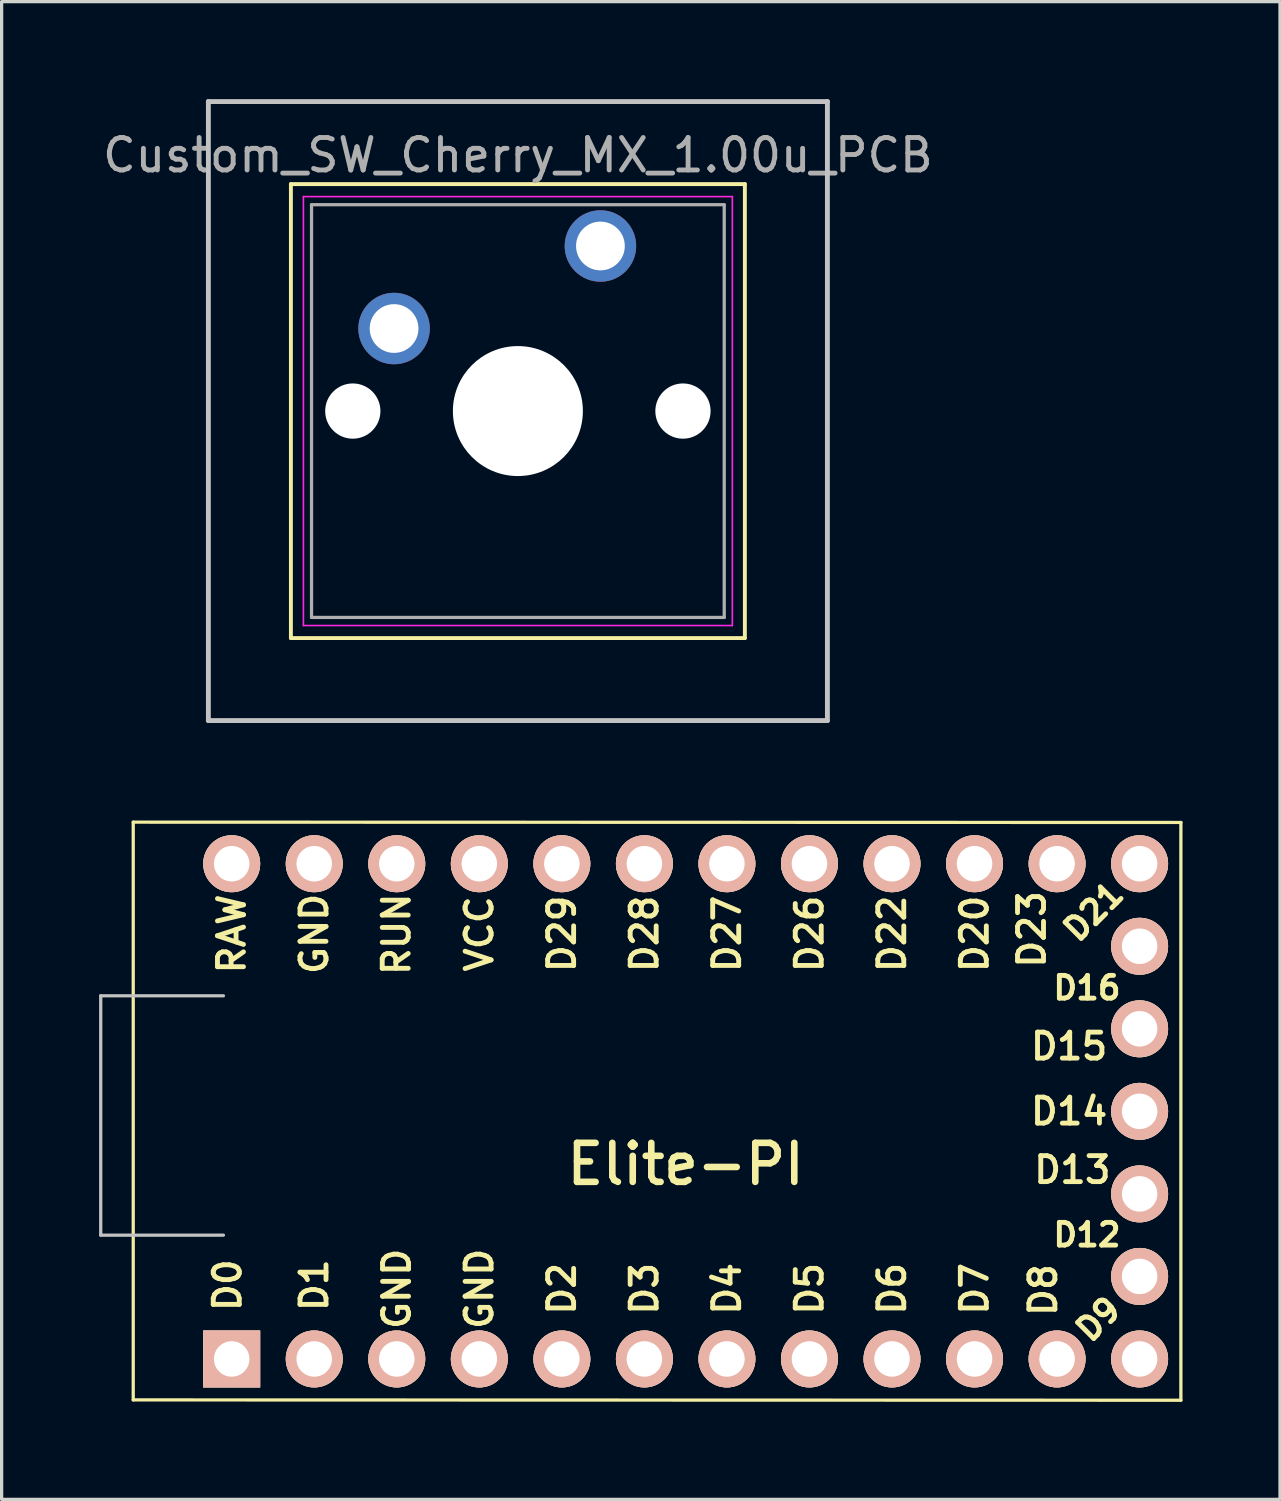
<source format=kicad_pcb>
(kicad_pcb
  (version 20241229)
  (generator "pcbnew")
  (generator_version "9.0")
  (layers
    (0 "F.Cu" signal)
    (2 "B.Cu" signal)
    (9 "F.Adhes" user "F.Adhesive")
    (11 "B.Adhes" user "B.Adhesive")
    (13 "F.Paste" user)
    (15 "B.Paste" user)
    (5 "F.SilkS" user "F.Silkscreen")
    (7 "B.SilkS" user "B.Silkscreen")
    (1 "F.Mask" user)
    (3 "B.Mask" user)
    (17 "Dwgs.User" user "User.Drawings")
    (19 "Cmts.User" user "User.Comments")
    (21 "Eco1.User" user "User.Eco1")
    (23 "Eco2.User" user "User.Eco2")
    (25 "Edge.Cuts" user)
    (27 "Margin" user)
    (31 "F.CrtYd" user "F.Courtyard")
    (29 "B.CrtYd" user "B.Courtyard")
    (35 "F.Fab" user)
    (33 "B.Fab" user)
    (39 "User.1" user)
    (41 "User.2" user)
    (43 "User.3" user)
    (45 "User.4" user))
  (footprint "Custom_SW_Cherry_MX_1.00u_PCB"
    (layer "F.Cu")
    (at 15.427 4.52)
    (property "Reference" "Custom_SW_Cherry_MX_1.00u_PCB" (at -2.54 -2.794 0) (layer "F.Fab") (effects (font (size 1 1) (thickness 0.15))))
    (attr through_hole)
    (fp_line (start -9.525 -1.905) (end 4.445 -1.905) (stroke (width 0.12) (type solid)) (layer "F.SilkS"))
    (fp_line (start -9.525 12.065) (end -9.525 -1.905) (stroke (width 0.12) (type solid)) (layer "F.SilkS"))
    (fp_line (start 4.445 -1.905) (end 4.445 12.065) (stroke (width 0.12) (type solid)) (layer "F.SilkS"))
    (fp_line (start 4.445 12.065) (end -9.525 12.065) (stroke (width 0.12) (type solid)) (layer "F.SilkS"))
    (fp_line (start -12.065 -4.445) (end 6.985 -4.445) (stroke (width 0.15) (type solid)) (layer "Dwgs.User"))
    (fp_line (start -12.065 14.605) (end -12.065 -4.445) (stroke (width 0.15) (type solid)) (layer "Dwgs.User"))
    (fp_line (start 6.985 -4.445) (end 6.985 14.605) (stroke (width 0.15) (type solid)) (layer "Dwgs.User"))
    (fp_line (start 6.985 14.605) (end -12.065 14.605) (stroke (width 0.15) (type solid)) (layer "Dwgs.User"))
    (fp_line (start -9.14 -1.52) (end 4.06 -1.52) (stroke (width 0.05) (type solid)) (layer "F.CrtYd"))
    (fp_line (start -9.14 11.68) (end -9.14 -1.52) (stroke (width 0.05) (type solid)) (layer "F.CrtYd"))
    (fp_line (start 4.06 -1.52) (end 4.06 11.68) (stroke (width 0.05) (type solid)) (layer "F.CrtYd"))
    (fp_line (start 4.06 11.68) (end -9.14 11.68) (stroke (width 0.05) (type solid)) (layer "F.CrtYd"))
    (fp_line (start -8.89 -1.27) (end 3.81 -1.27) (stroke (width 0.1) (type solid)) (layer "F.Fab"))
    (fp_line (start -8.89 11.43) (end -8.89 -1.27) (stroke (width 0.1) (type solid)) (layer "F.Fab"))
    (fp_line (start 3.81 -1.27) (end 3.81 11.43) (stroke (width 0.1) (type solid)) (layer "F.Fab"))
    (fp_line (start 3.81 11.43) (end -8.89 11.43) (stroke (width 0.1) (type solid)) (layer "F.Fab"))
    (pad "" np_thru_hole circle (at -7.62 5.08) (size 1.7 1.7) (drill 1.7) (layers "*.Cu" "*.Mask"))
    (pad "" np_thru_hole circle (at -2.54 5.08) (size 4 4) (drill 4) (layers "*.Cu" "*.Mask"))
    (pad "" np_thru_hole circle (at 2.54 5.08) (size 1.7 1.7) (drill 1.7) (layers "*.Cu" "*.Mask"))
    (pad "1" thru_hole circle (at 0 0) (size 2.2 2.2) (drill 1.5) (layers "*.Cu" "*.Mask"))
    (pad "2" thru_hole circle (at -6.35 2.54) (size 2.2 2.2) (drill 1.5) (layers "*.Cu" "*.Mask")))
  (footprint "Elite-PI"
    (layer "F.Cu")
    (at 18.05 31.15)
    (property "Reference" "Elite-PI" (at 0 1.625 0) (layer "F.SilkS") (effects (font (size 1.2 1.2) (thickness 0.203))))
    (attr through_hole)
    (fp_line (start -17 -8.9) (end -17 8.88) (stroke (width 0.1) (type default)) (layer "F.SilkS"))
    (fp_line (start -17 -8.9) (end 15.24 -8.89) (stroke (width 0.1) (type default)) (layer "F.SilkS"))
    (fp_line (start -17 8.88) (end 15.24 8.89) (stroke (width 0.1) (type default)) (layer "F.SilkS"))
    (fp_line (start 15.24 -8.89) (end 15.24 8.89) (stroke (width 0.1) (type default)) (layer "F.SilkS"))
    (fp_line (start -18 -3.556) (end -18 3.81) (stroke (width 0.1) (type default)) (layer "Dwgs.User"))
    (fp_line (start -18 3.81) (end -14.224 3.81) (stroke (width 0.1) (type default)) (layer "Dwgs.User"))
    (fp_line (start -14.224 -3.556) (end -18 -3.556) (stroke (width 0.1) (type default)) (layer "Dwgs.User"))
    (fp_text user "D9" (at 12.7 6.4 45) (layer "F.SilkS") (effects (font (size 0.7 0.7) (thickness 0.15))))
    (fp_text user "D20" (at 8.89 -5.461 90) (layer "F.SilkS") (effects (font (size 0.8 0.8) (thickness 0.15))))
    (fp_text user "D3" (at -1.27 5.461 90) (layer "F.SilkS") (effects (font (size 0.8 0.8) (thickness 0.15))))
    (fp_text user "RUN" (at -8.9 -5.45 90) (layer "F.SilkS") (effects (font (size 0.8 0.8) (thickness 0.15))))
    (fp_text user "GND" (at -11.43 -5.461 90) (layer "F.SilkS") (effects (font (size 0.8 0.8) (thickness 0.15))))
    (fp_text user "D12" (at 12.35 3.8 180) (layer "F.SilkS") (effects (font (size 0.7 0.7) (thickness 0.15))))
    (fp_text user "D29" (at -3.81 -5.461 90) (layer "F.SilkS") (effects (font (size 0.8 0.8) (thickness 0.15))))
    (fp_text user "D13" (at 11.9 1.8 180) (layer "F.SilkS") (effects (font (size 0.8 0.8) (thickness 0.15))))
    (fp_text user "D4" (at 1.27 5.461 90) (layer "F.SilkS") (effects (font (size 0.8 0.8) (thickness 0.15))))
    (fp_text user "GND" (at -8.89 5.461 90) (layer "F.SilkS") (effects (font (size 0.8 0.8) (thickness 0.15))))
    (fp_text user "D21" (at 12.55 -6.15 45) (unlocked yes) (layer "F.SilkS") (effects (font (size 0.7 0.7) (thickness 0.15))))
    (fp_text user "D0" (at -14.1 5.35 90) (layer "F.SilkS") (effects (font (size 0.8 0.8) (thickness 0.15))))
    (fp_text user "D7" (at 8.89 5.461 90) (layer "F.SilkS") (effects (font (size 0.8 0.8) (thickness 0.15))))
    (fp_text user "D15" (at 11.8 -2 180) (layer "F.SilkS") (effects (font (size 0.8 0.8) (thickness 0.15))))
    (fp_text user "D5" (at 3.81 5.461 90) (layer "F.SilkS") (effects (font (size 0.8 0.8) (thickness 0.15))))
    (fp_text user "D2" (at -3.81 5.461 90) (layer "F.SilkS") (effects (font (size 0.8 0.8) (thickness 0.15))))
    (fp_text user "D14" (at 11.8 0 180) (layer "F.SilkS") (effects (font (size 0.8 0.8) (thickness 0.15))))
    (fp_text user "D16" (at 12.35 -3.8 180) (layer "F.SilkS") (effects (font (size 0.7 0.7) (thickness 0.15))))
    (fp_text user "D1" (at -11.43 5.35 90) (layer "F.SilkS") (effects (font (size 0.8 0.8) (thickness 0.15))))
    (fp_text user "D22" (at 6.35 -5.461 90) (layer "F.SilkS") (effects (font (size 0.8 0.8) (thickness 0.15))))
    (fp_text user "D26" (at 3.81 -5.461 90) (layer "F.SilkS") (effects (font (size 0.8 0.8) (thickness 0.15))))
    (fp_text user "D27" (at 1.27 -5.461 90) (layer "F.SilkS") (effects (font (size 0.8 0.8) (thickness 0.15))))
    (fp_text user "RAW" (at -13.97 -5.461 90) (layer "F.SilkS") (effects (font (size 0.8 0.8) (thickness 0.15))))
    (fp_text user "D8" (at 11 5.5 90) (layer "F.SilkS") (effects (font (size 0.8 0.8) (thickness 0.15))))
    (fp_text user "GND" (at -6.35 5.461 90) (layer "F.SilkS") (effects (font (size 0.8 0.8) (thickness 0.15))))
    (fp_text user "VCC" (at -6.35 -5.461 90) (layer "F.SilkS") (effects (font (size 0.8 0.8) (thickness 0.15))))
    (fp_text user "D6" (at 6.35 5.461 90) (layer "F.SilkS") (effects (font (size 0.8 0.8) (thickness 0.15))))
    (fp_text user "D28" (at -1.27 -5.461 90) (layer "F.SilkS") (effects (font (size 0.8 0.8) (thickness 0.15))))
    (fp_text user "D23" (at 10.65 -5.6 90) (layer "F.SilkS") (effects (font (size 0.8 0.8) (thickness 0.15))))
    (pad "1" thru_hole rect (at -13.97 7.62) (size 1.753 1.753) (drill 1.092) (layers "*.Cu" "*.SilkS" "*.Mask"))
    (pad "2" thru_hole circle (at -11.43 7.62) (size 1.753 1.753) (drill 1.092) (layers "*.Cu" "*.SilkS" "*.Mask"))
    (pad "3" thru_hole circle (at -8.89 7.62) (size 1.753 1.753) (drill 1.092) (layers "*.Cu" "*.SilkS" "*.Mask"))
    (pad "4" thru_hole circle (at -6.35 7.62) (size 1.753 1.753) (drill 1.092) (layers "*.Cu" "*.SilkS" "*.Mask"))
    (pad "5" thru_hole circle (at -3.81 7.62) (size 1.753 1.753) (drill 1.092) (layers "*.Cu" "*.SilkS" "*.Mask"))
    (pad "6" thru_hole circle (at -1.27 7.62) (size 1.753 1.753) (drill 1.092) (layers "*.Cu" "*.SilkS" "*.Mask"))
    (pad "7" thru_hole circle (at 1.27 7.62) (size 1.753 1.753) (drill 1.092) (layers "*.Cu" "*.SilkS" "*.Mask"))
    (pad "8" thru_hole circle (at 3.81 7.62) (size 1.753 1.753) (drill 1.092) (layers "*.Cu" "*.SilkS" "*.Mask"))
    (pad "9" thru_hole circle (at 6.35 7.62) (size 1.753 1.753) (drill 1.092) (layers "*.Cu" "*.SilkS" "*.Mask"))
    (pad "10" thru_hole circle (at 8.89 7.62) (size 1.753 1.753) (drill 1.092) (layers "*.Cu" "*.SilkS" "*.Mask"))
    (pad "11" thru_hole circle (at 11.43 7.62) (size 1.753 1.753) (drill 1.092) (layers "*.Cu" "*.SilkS" "*.Mask"))
    (pad "12" thru_hole circle (at 13.97 7.62) (size 1.753 1.753) (drill 1.092) (layers "*.Cu" "*.SilkS" "*.Mask"))
    (pad "13" thru_hole circle (at 13.97 -7.62) (size 1.753 1.753) (drill 1.092) (layers "*.Cu" "*.SilkS" "*.Mask"))
    (pad "14" thru_hole circle (at 11.43 -7.62) (size 1.753 1.753) (drill 1.092) (layers "*.Cu" "*.SilkS" "*.Mask"))
    (pad "15" thru_hole circle (at 8.89 -7.62) (size 1.753 1.753) (drill 1.092) (layers "*.Cu" "*.SilkS" "*.Mask"))
    (pad "16" thru_hole circle (at 6.35 -7.62) (size 1.753 1.753) (drill 1.092) (layers "*.Cu" "*.SilkS" "*.Mask"))
    (pad "17" thru_hole circle (at 3.81 -7.62) (size 1.753 1.753) (drill 1.092) (layers "*.Cu" "*.SilkS" "*.Mask"))
    (pad "18" thru_hole circle (at 1.27 -7.62) (size 1.753 1.753) (drill 1.092) (layers "*.Cu" "*.SilkS" "*.Mask"))
    (pad "19" thru_hole circle (at -1.27 -7.62) (size 1.753 1.753) (drill 1.092) (layers "*.Cu" "*.SilkS" "*.Mask"))
    (pad "20" thru_hole circle (at -3.81 -7.62) (size 1.753 1.753) (drill 1.092) (layers "*.Cu" "*.SilkS" "*.Mask"))
    (pad "21" thru_hole circle (at -6.35 -7.62) (size 1.753 1.753) (drill 1.092) (layers "*.Cu" "*.SilkS" "*.Mask"))
    (pad "22" thru_hole circle (at -8.89 -7.62) (size 1.753 1.753) (drill 1.092) (layers "*.Cu" "*.SilkS" "*.Mask"))
    (pad "23" thru_hole circle (at -11.43 -7.62) (size 1.753 1.753) (drill 1.092) (layers "*.Cu" "*.SilkS" "*.Mask"))
    (pad "24" thru_hole circle (at -13.97 -7.62) (size 1.753 1.753) (drill 1.092) (layers "*.Cu" "*.SilkS" "*.Mask"))
    (pad "25" thru_hole circle (at 13.97 5.08) (size 1.753 1.753) (drill 1.092) (layers "*.Cu" "*.SilkS" "*.Mask"))
    (pad "26" thru_hole circle (at 13.97 2.54) (size 1.753 1.753) (drill 1.092) (layers "*.Cu" "*.SilkS" "*.Mask"))
    (pad "27" thru_hole circle (at 13.97 0) (size 1.753 1.753) (drill 1.092) (layers "*.Cu" "*.SilkS" "*.Mask"))
    (pad "28" thru_hole circle (at 13.97 -2.54) (size 1.753 1.753) (drill 1.092) (layers "*.Cu" "*.SilkS" "*.Mask"))
    (pad "29" thru_hole circle (at 13.97 -5.08) (size 1.753 1.753) (drill 1.092) (layers "*.Cu" "*.SilkS" "*.Mask")))
  (gr_rect
    (start -3 -3)
    (end 36.34 43.09)
    (stroke (width 0.1) (type default))
    (fill no)
    (layer "Edge.Cuts")))
</source>
